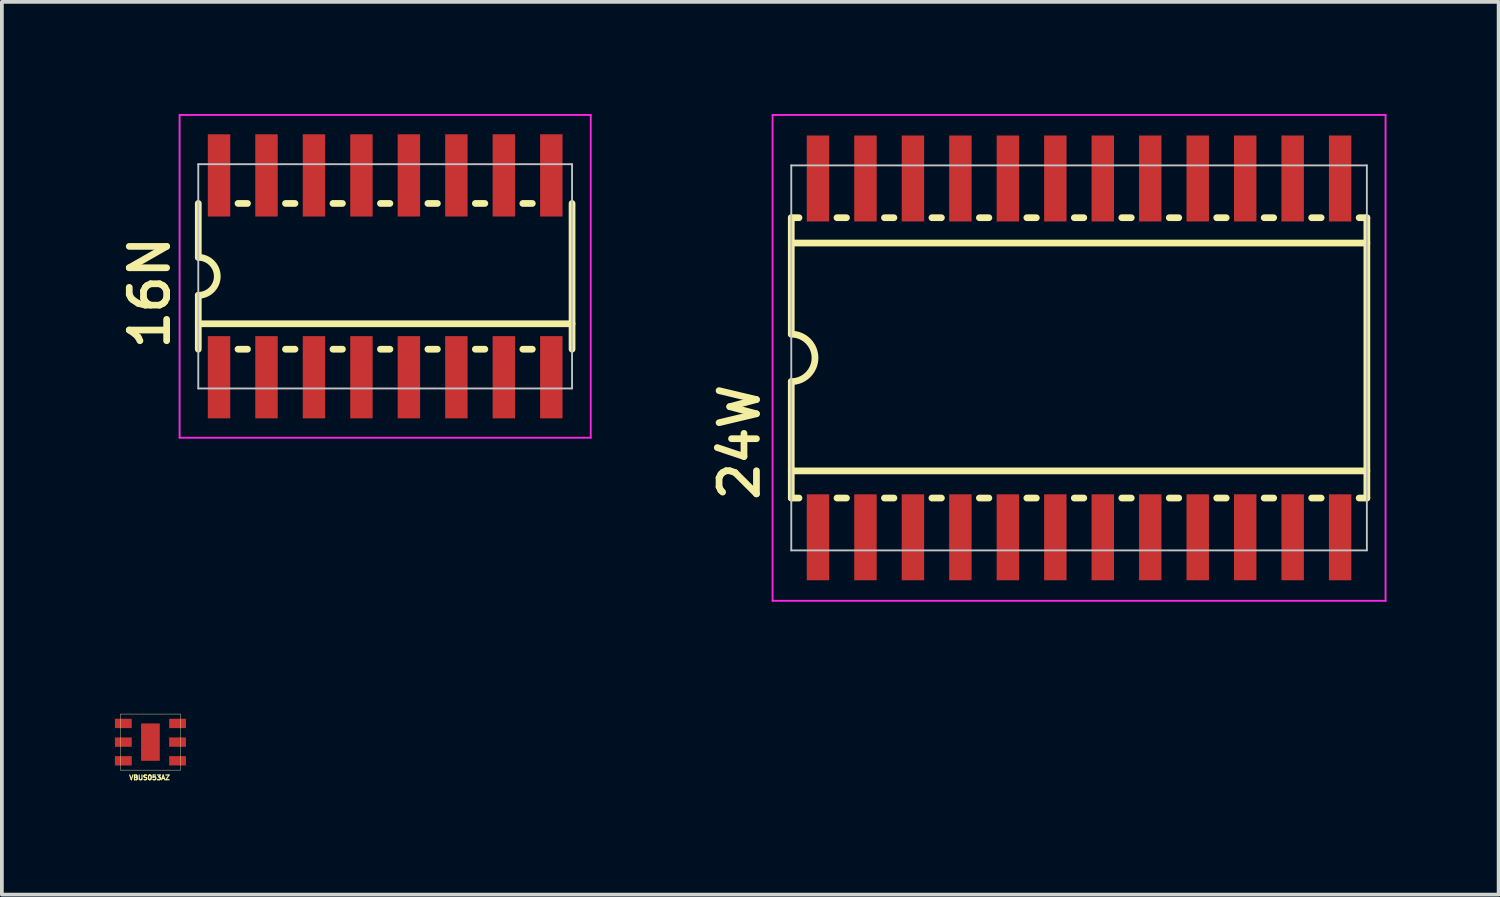
<source format=kicad_pcb>
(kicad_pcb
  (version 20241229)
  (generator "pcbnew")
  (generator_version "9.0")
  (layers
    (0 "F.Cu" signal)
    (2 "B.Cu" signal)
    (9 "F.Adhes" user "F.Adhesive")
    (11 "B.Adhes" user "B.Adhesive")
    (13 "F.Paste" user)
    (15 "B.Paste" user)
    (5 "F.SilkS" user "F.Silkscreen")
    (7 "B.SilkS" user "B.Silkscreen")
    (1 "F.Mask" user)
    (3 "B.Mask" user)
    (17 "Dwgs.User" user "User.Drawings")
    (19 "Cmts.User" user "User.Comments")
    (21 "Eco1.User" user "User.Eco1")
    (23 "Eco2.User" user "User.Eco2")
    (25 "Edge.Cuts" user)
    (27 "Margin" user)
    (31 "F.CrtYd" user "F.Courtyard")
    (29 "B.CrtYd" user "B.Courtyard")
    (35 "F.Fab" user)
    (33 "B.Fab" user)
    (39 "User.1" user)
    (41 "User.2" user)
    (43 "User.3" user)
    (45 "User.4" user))
  (footprint "16N"
    (layer "F.Cu")
    (at 7.255 4.343)
    (property "Reference" "16N" (at -5.715 2.032 90) (layer "F.SilkS") (effects (font (size 1 1) (thickness 0.18)) (justify left bottom)))
    (attr through_hole)
    (fp_line (start -5 -1.95) (end -5 -0.508) (stroke (width 0.18) (type solid)) (layer "F.SilkS"))
    (fp_line (start -5 0.508) (end -5 1.95) (stroke (width 0.18) (type solid)) (layer "F.SilkS"))
    (fp_line (start -5 1.27) (end 5 1.27) (stroke (width 0.18) (type solid)) (layer "F.SilkS"))
    (fp_line (start -3.937 -1.95) (end -3.683 -1.95) (stroke (width 0.18) (type solid)) (layer "F.SilkS"))
    (fp_line (start -3.937 1.95) (end -3.683 1.95) (stroke (width 0.18) (type solid)) (layer "F.SilkS"))
    (fp_line (start -2.667 -1.95) (end -2.413 -1.95) (stroke (width 0.18) (type solid)) (layer "F.SilkS"))
    (fp_line (start -2.667 1.95) (end -2.413 1.95) (stroke (width 0.18) (type solid)) (layer "F.SilkS"))
    (fp_line (start -1.397 -1.95) (end -1.143 -1.95) (stroke (width 0.18) (type solid)) (layer "F.SilkS"))
    (fp_line (start -1.397 1.95) (end -1.143 1.95) (stroke (width 0.18) (type solid)) (layer "F.SilkS"))
    (fp_line (start -0.127 -1.95) (end 0.127 -1.95) (stroke (width 0.18) (type solid)) (layer "F.SilkS"))
    (fp_line (start -0.127 1.95) (end 0.127 1.95) (stroke (width 0.18) (type solid)) (layer "F.SilkS"))
    (fp_line (start 1.143 -1.95) (end 1.397 -1.95) (stroke (width 0.18) (type solid)) (layer "F.SilkS"))
    (fp_line (start 1.143 1.95) (end 1.397 1.95) (stroke (width 0.18) (type solid)) (layer "F.SilkS"))
    (fp_line (start 2.413 -1.95) (end 2.667 -1.95) (stroke (width 0.18) (type solid)) (layer "F.SilkS"))
    (fp_line (start 2.413 1.95) (end 2.667 1.95) (stroke (width 0.18) (type solid)) (layer "F.SilkS"))
    (fp_line (start 3.683 -1.95) (end 3.937 -1.95) (stroke (width 0.18) (type solid)) (layer "F.SilkS"))
    (fp_line (start 3.683 1.95) (end 3.937 1.95) (stroke (width 0.18) (type solid)) (layer "F.SilkS"))
    (fp_line (start 5 1.95) (end 5 -1.95) (stroke (width 0.18) (type solid)) (layer "F.SilkS"))
    (fp_arc (start -5 -0.508) (mid -4.492 0) (end -5 0.508) (stroke (width 0.18) (type solid)) (layer "F.SilkS"))
    (fp_line (start -5 -3) (end 5 -3) (stroke (width 0.05) (type solid)) (layer "Dwgs.User"))
    (fp_line (start -5 3) (end -5 -3) (stroke (width 0.05) (type solid)) (layer "Dwgs.User"))
    (fp_line (start -5 3) (end 5 3) (stroke (width 0.05) (type solid)) (layer "Dwgs.User"))
    (fp_line (start 5 3) (end 5 -3) (stroke (width 0.05) (type solid)) (layer "Dwgs.User"))
    (fp_line (start -5.5 -4.318) (end 5.5 -4.318) (stroke (width 0.05) (type solid)) (layer "F.CrtYd"))
    (fp_line (start -5.5 4.318) (end -5.5 -4.318) (stroke (width 0.05) (type solid)) (layer "F.CrtYd"))
    (fp_line (start 5.5 -4.318) (end 5.5 4.318) (stroke (width 0.05) (type solid)) (layer "F.CrtYd"))
    (fp_line (start 5.5 4.318) (end -5.5 4.318) (stroke (width 0.05) (type solid)) (layer "F.CrtYd"))
    (pad "1" smd rect (at -4.445 2.7) (size 0.6 2.2) (layers "F.Cu" "F.Mask" "F.Paste"))
    (pad "2" smd rect (at -3.175 2.7) (size 0.6 2.2) (layers "F.Cu" "F.Mask" "F.Paste"))
    (pad "3" smd rect (at -1.905 2.7) (size 0.6 2.2) (layers "F.Cu" "F.Mask" "F.Paste"))
    (pad "4" smd rect (at -0.635 2.7) (size 0.6 2.2) (layers "F.Cu" "F.Mask" "F.Paste"))
    (pad "5" smd rect (at 0.635 2.7) (size 0.6 2.2) (layers "F.Cu" "F.Mask" "F.Paste"))
    (pad "6" smd rect (at 1.905 2.7) (size 0.6 2.2) (layers "F.Cu" "F.Mask" "F.Paste"))
    (pad "7" smd rect (at 3.175 2.7) (size 0.6 2.2) (layers "F.Cu" "F.Mask" "F.Paste"))
    (pad "8" smd rect (at 4.445 2.7) (size 0.6 2.2) (layers "F.Cu" "F.Mask" "F.Paste"))
    (pad "9" smd rect (at 4.445 -2.7) (size 0.6 2.2) (layers "F.Cu" "F.Mask" "F.Paste"))
    (pad "10" smd rect (at 3.175 -2.7) (size 0.6 2.2) (layers "F.Cu" "F.Mask" "F.Paste"))
    (pad "11" smd rect (at 1.905 -2.7) (size 0.6 2.2) (layers "F.Cu" "F.Mask" "F.Paste"))
    (pad "12" smd rect (at 0.635 -2.7) (size 0.6 2.2) (layers "F.Cu" "F.Mask" "F.Paste"))
    (pad "13" smd rect (at -0.635 -2.7) (size 0.6 2.2) (layers "F.Cu" "F.Mask" "F.Paste"))
    (pad "14" smd rect (at -1.905 -2.7) (size 0.6 2.2) (layers "F.Cu" "F.Mask" "F.Paste"))
    (pad "15" smd rect (at -3.175 -2.7) (size 0.6 2.2) (layers "F.Cu" "F.Mask" "F.Paste"))
    (pad "16" smd rect (at -4.445 -2.7) (size 0.6 2.2) (layers "F.Cu" "F.Mask" "F.Paste")))
  (footprint "VBUS053AZ"
    (layer "F.Cu")
    (at 0.25 16.305)
    (property "Reference" "VBUS053AZ" (at 0.7 1.45 0) (layer "F.SilkS") (effects (font (size 0.127 0.127) (thickness 0.032))))
    (attr through_hole)
    (fp_line (start -0.075 -0.25) (end -0.075 1.25) (stroke (width 0.01) (type solid)) (layer "F.SilkS"))
    (fp_line (start -0.075 1.25) (end 1.525 1.25) (stroke (width 0.01) (type solid)) (layer "F.SilkS"))
    (fp_line (start 1.525 -0.25) (end -0.075 -0.25) (stroke (width 0.01) (type solid)) (layer "F.SilkS"))
    (fp_line (start 1.525 -0.25) (end 1.525 1.25) (stroke (width 0.01) (type solid)) (layer "F.SilkS"))
    (pad "1" smd rect (at 0 0) (size 0.45 0.25) (layers "F.Cu" "F.Mask" "F.Paste"))
    (pad "2" smd rect (at 0 0.5) (size 0.45 0.25) (layers "F.Cu" "F.Mask" "F.Paste"))
    (pad "3" smd rect (at 0 1) (size 0.45 0.25) (layers "F.Cu" "F.Mask" "F.Paste"))
    (pad "4" smd rect (at 1.45 1) (size 0.45 0.25) (layers "F.Cu" "F.Mask" "F.Paste"))
    (pad "5" smd rect (at 1.45 0.5) (size 0.45 0.25) (layers "F.Cu" "F.Mask" "F.Paste"))
    (pad "6" smd rect (at 1.45 0) (size 0.45 0.25) (layers "F.Cu" "F.Mask" "F.Paste"))
    (pad "7" smd rect (at 0.725 0.5) (size 0.5 1) (layers "F.Cu" "F.Mask" "F.Paste")))
  (footprint "24W"
    (layer "F.Cu")
    (at 25.82 6.525)
    (property "Reference" "24W" (at -8.5 3.9 90) (layer "F.SilkS") (effects (font (size 1 1) (thickness 0.18)) (justify left bottom)))
    (attr through_hole)
    (fp_line (start -7.7 -3.75) (end -7.493 -3.75) (stroke (width 0.18) (type solid)) (layer "F.SilkS"))
    (fp_line (start -7.7 -3.073) (end 7.7 -3.073) (stroke (width 0.18) (type solid)) (layer "F.SilkS"))
    (fp_line (start -7.7 -0.635) (end -7.7 -3.75) (stroke (width 0.18) (type solid)) (layer "F.SilkS"))
    (fp_line (start -7.7 3.023) (end 7.7 3.023) (stroke (width 0.18) (type solid)) (layer "F.SilkS"))
    (fp_line (start -7.7 3.75) (end -7.7 0.635) (stroke (width 0.18) (type solid)) (layer "F.SilkS"))
    (fp_line (start -7.7 3.75) (end -7.493 3.75) (stroke (width 0.18) (type solid)) (layer "F.SilkS"))
    (fp_line (start -6.477 -3.75) (end -6.223 -3.75) (stroke (width 0.18) (type solid)) (layer "F.SilkS"))
    (fp_line (start -6.477 3.75) (end -6.223 3.75) (stroke (width 0.18) (type solid)) (layer "F.SilkS"))
    (fp_line (start -5.207 -3.75) (end -4.953 -3.75) (stroke (width 0.18) (type solid)) (layer "F.SilkS"))
    (fp_line (start -5.207 3.75) (end -4.953 3.75) (stroke (width 0.18) (type solid)) (layer "F.SilkS"))
    (fp_line (start -3.937 -3.75) (end -3.683 -3.75) (stroke (width 0.18) (type solid)) (layer "F.SilkS"))
    (fp_line (start -3.937 3.75) (end -3.683 3.75) (stroke (width 0.18) (type solid)) (layer "F.SilkS"))
    (fp_line (start -2.667 -3.75) (end -2.413 -3.75) (stroke (width 0.18) (type solid)) (layer "F.SilkS"))
    (fp_line (start -2.667 3.75) (end -2.413 3.75) (stroke (width 0.18) (type solid)) (layer "F.SilkS"))
    (fp_line (start -1.397 -3.75) (end -1.143 -3.75) (stroke (width 0.18) (type solid)) (layer "F.SilkS"))
    (fp_line (start -1.397 3.75) (end -1.143 3.75) (stroke (width 0.18) (type solid)) (layer "F.SilkS"))
    (fp_line (start -0.127 -3.75) (end 0.127 -3.75) (stroke (width 0.18) (type solid)) (layer "F.SilkS"))
    (fp_line (start -0.127 3.75) (end 0.127 3.75) (stroke (width 0.18) (type solid)) (layer "F.SilkS"))
    (fp_line (start 1.143 -3.75) (end 1.397 -3.75) (stroke (width 0.18) (type solid)) (layer "F.SilkS"))
    (fp_line (start 1.143 3.75) (end 1.397 3.75) (stroke (width 0.18) (type solid)) (layer "F.SilkS"))
    (fp_line (start 2.413 -3.75) (end 2.667 -3.75) (stroke (width 0.18) (type solid)) (layer "F.SilkS"))
    (fp_line (start 2.413 3.75) (end 2.667 3.75) (stroke (width 0.18) (type solid)) (layer "F.SilkS"))
    (fp_line (start 3.683 -3.75) (end 3.937 -3.75) (stroke (width 0.18) (type solid)) (layer "F.SilkS"))
    (fp_line (start 3.683 3.75) (end 3.937 3.75) (stroke (width 0.18) (type solid)) (layer "F.SilkS"))
    (fp_line (start 4.953 -3.75) (end 5.207 -3.75) (stroke (width 0.18) (type solid)) (layer "F.SilkS"))
    (fp_line (start 4.953 3.75) (end 5.207 3.75) (stroke (width 0.18) (type solid)) (layer "F.SilkS"))
    (fp_line (start 6.223 -3.75) (end 6.477 -3.75) (stroke (width 0.18) (type solid)) (layer "F.SilkS"))
    (fp_line (start 6.223 3.75) (end 6.477 3.75) (stroke (width 0.18) (type solid)) (layer "F.SilkS"))
    (fp_line (start 7.493 -3.75) (end 7.7 -3.75) (stroke (width 0.18) (type solid)) (layer "F.SilkS"))
    (fp_line (start 7.493 3.75) (end 7.7 3.75) (stroke (width 0.18) (type solid)) (layer "F.SilkS"))
    (fp_line (start 7.7 -3.75) (end 7.7 3.75) (stroke (width 0.18) (type solid)) (layer "F.SilkS"))
    (fp_arc (start -7.7 -0.635) (mid -7.065 0) (end -7.7 0.635) (stroke (width 0.18) (type solid)) (layer "F.SilkS"))
    (fp_line (start -7.7 -5.15) (end 7.7 -5.15) (stroke (width 0.05) (type solid)) (layer "Dwgs.User"))
    (fp_line (start -7.7 5.15) (end -7.7 -5.15) (stroke (width 0.05) (type solid)) (layer "Dwgs.User"))
    (fp_line (start -7.7 5.15) (end 7.7 5.15) (stroke (width 0.05) (type solid)) (layer "Dwgs.User"))
    (fp_line (start 7.7 5.15) (end 7.7 -5.15) (stroke (width 0.05) (type solid)) (layer "Dwgs.User"))
    (fp_line (start -8.2 -6.5) (end 8.2 -6.5) (stroke (width 0.05) (type solid)) (layer "F.CrtYd"))
    (fp_line (start -8.2 6.5) (end -8.2 -6.5) (stroke (width 0.05) (type solid)) (layer "F.CrtYd"))
    (fp_line (start 8.2 -6.5) (end 8.2 6.5) (stroke (width 0.05) (type solid)) (layer "F.CrtYd"))
    (fp_line (start 8.2 6.5) (end -8.2 6.5) (stroke (width 0.05) (type solid)) (layer "F.CrtYd"))
    (pad "1" smd rect (at -6.985 4.8) (size 0.6 2.3) (layers "F.Cu" "F.Mask" "F.Paste"))
    (pad "2" smd rect (at -5.715 4.8) (size 0.6 2.3) (layers "F.Cu" "F.Mask" "F.Paste"))
    (pad "3" smd rect (at -4.445 4.8) (size 0.6 2.3) (layers "F.Cu" "F.Mask" "F.Paste"))
    (pad "4" smd rect (at -3.175 4.8) (size 0.6 2.3) (layers "F.Cu" "F.Mask" "F.Paste"))
    (pad "5" smd rect (at -1.905 4.8) (size 0.6 2.3) (layers "F.Cu" "F.Mask" "F.Paste"))
    (pad "6" smd rect (at -0.635 4.8) (size 0.6 2.3) (layers "F.Cu" "F.Mask" "F.Paste"))
    (pad "7" smd rect (at 0.635 4.8) (size 0.6 2.3) (layers "F.Cu" "F.Mask" "F.Paste"))
    (pad "8" smd rect (at 1.905 4.8) (size 0.6 2.3) (layers "F.Cu" "F.Mask" "F.Paste"))
    (pad "9" smd rect (at 3.175 4.8) (size 0.6 2.3) (layers "F.Cu" "F.Mask" "F.Paste"))
    (pad "10" smd rect (at 4.445 4.8) (size 0.6 2.3) (layers "F.Cu" "F.Mask" "F.Paste"))
    (pad "11" smd rect (at 5.715 4.8) (size 0.6 2.3) (layers "F.Cu" "F.Mask" "F.Paste"))
    (pad "12" smd rect (at 6.985 4.8) (size 0.6 2.3) (layers "F.Cu" "F.Mask" "F.Paste"))
    (pad "13" smd rect (at 6.985 -4.8) (size 0.6 2.3) (layers "F.Cu" "F.Mask" "F.Paste"))
    (pad "14" smd rect (at 5.715 -4.8) (size 0.6 2.3) (layers "F.Cu" "F.Mask" "F.Paste"))
    (pad "15" smd rect (at 4.445 -4.8) (size 0.6 2.3) (layers "F.Cu" "F.Mask" "F.Paste"))
    (pad "16" smd rect (at 3.175 -4.8) (size 0.6 2.3) (layers "F.Cu" "F.Mask" "F.Paste"))
    (pad "17" smd rect (at 1.905 -4.8) (size 0.6 2.3) (layers "F.Cu" "F.Mask" "F.Paste"))
    (pad "18" smd rect (at 0.635 -4.8) (size 0.6 2.3) (layers "F.Cu" "F.Mask" "F.Paste"))
    (pad "19" smd rect (at -0.635 -4.8) (size 0.6 2.3) (layers "F.Cu" "F.Mask" "F.Paste"))
    (pad "20" smd rect (at -1.905 -4.8) (size 0.6 2.3) (layers "F.Cu" "F.Mask" "F.Paste"))
    (pad "21" smd rect (at -3.175 -4.8) (size 0.6 2.3) (layers "F.Cu" "F.Mask" "F.Paste"))
    (pad "22" smd rect (at -4.445 -4.8) (size 0.6 2.3) (layers "F.Cu" "F.Mask" "F.Paste"))
    (pad "23" smd rect (at -5.715 -4.8) (size 0.6 2.3) (layers "F.Cu" "F.Mask" "F.Paste"))
    (pad "24" smd rect (at -6.985 -4.8) (size 0.6 2.3) (layers "F.Cu" "F.Mask" "F.Paste")))
  (gr_rect
    (start -3 -3)
    (end 37.045 20.885)
    (stroke (width 0.1) (type default))
    (fill no)
    (layer "Edge.Cuts")))
</source>
